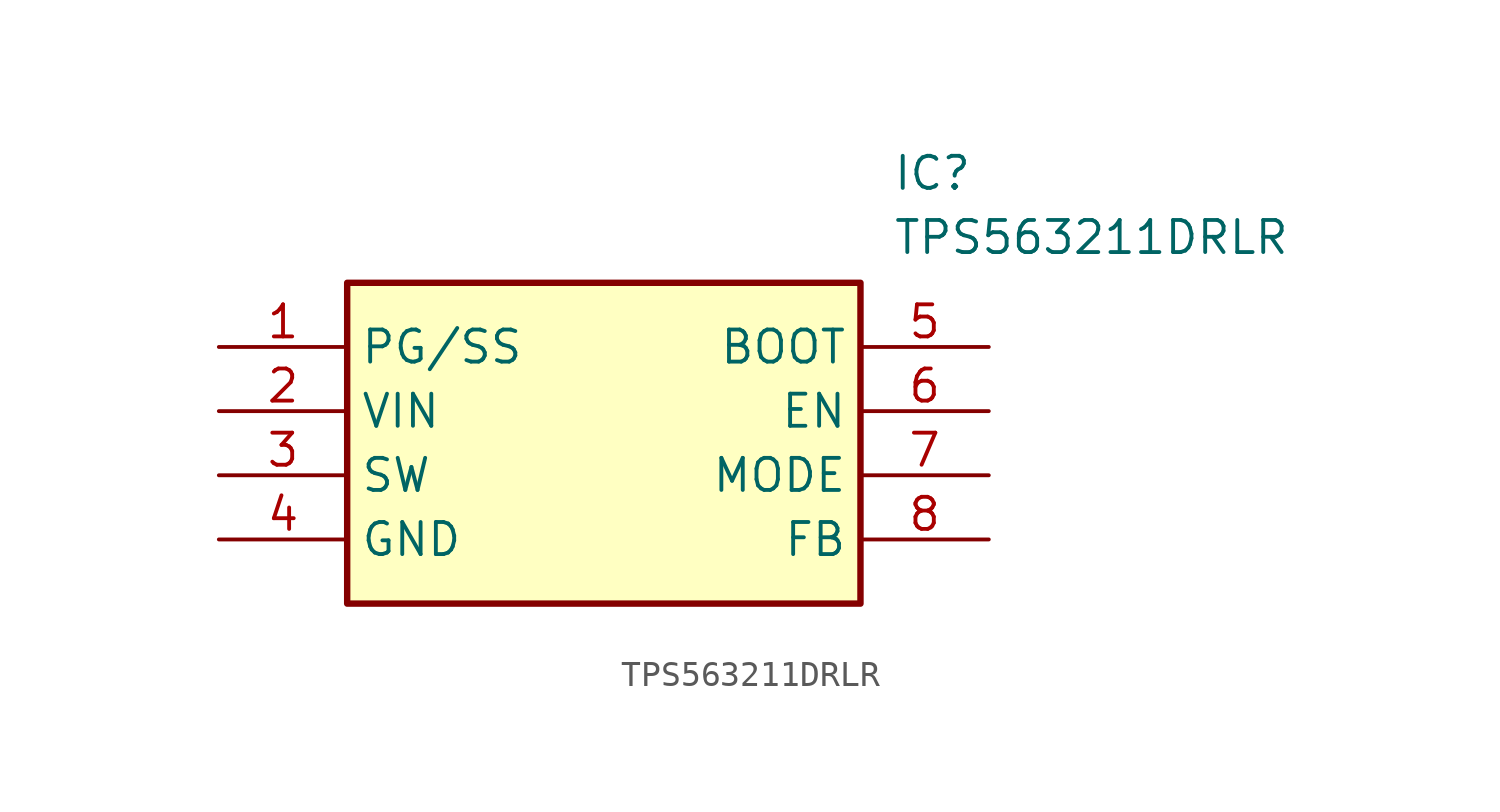
<source format=kicad_sym>
(kicad_symbol_lib
  (version 20241209)
  (generator "kicad_symbol_editor")
  (generator_version "9.0")
  (symbol "TPS563211DRLR"
    (property "Reference" "IC"
      (at 26.67 7.62 0)
      (effects (font (size 1.27 1.27)) (justify left top)))
    (property "Value" "TPS563211DRLR"
      (at 26.67 5.08 0)
      (effects (font (size 1.27 1.27)) (justify left top)))
    (symbol "TPS563211DRLR_1_1"
      (rectangle (start 5.08 2.54) (end 25.4 -10.16) (stroke (width 0.254) (type default)) (fill (type background)))
      (pin passive line (at 0 0 0) (length 5.08) (name "PG/SS" (effects (font (size 1.27 1.27)))) (number "1" (effects (font (size 1.27 1.27)))))
      (pin passive line (at 0 -2.54 0) (length 5.08) (name "VIN" (effects (font (size 1.27 1.27)))) (number "2" (effects (font (size 1.27 1.27)))))
      (pin passive line (at 0 -5.08 0) (length 5.08) (name "SW" (effects (font (size 1.27 1.27)))) (number "3" (effects (font (size 1.27 1.27)))))
      (pin passive line (at 0 -7.62 0) (length 5.08) (name "GND" (effects (font (size 1.27 1.27)))) (number "4" (effects (font (size 1.27 1.27)))))
      (pin passive line (at 30.48 0 180) (length 5.08) (name "BOOT" (effects (font (size 1.27 1.27)))) (number "5" (effects (font (size 1.27 1.27)))))
      (pin passive line (at 30.48 -2.54 180) (length 5.08) (name "EN" (effects (font (size 1.27 1.27)))) (number "6" (effects (font (size 1.27 1.27)))))
      (pin passive line (at 30.48 -5.08 180) (length 5.08) (name "MODE" (effects (font (size 1.27 1.27)))) (number "7" (effects (font (size 1.27 1.27)))))
      (pin passive line (at 30.48 -7.62 180) (length 5.08) (name "FB" (effects (font (size 1.27 1.27)))) (number "8" (effects (font (size 1.27 1.27))))))))
</source>
